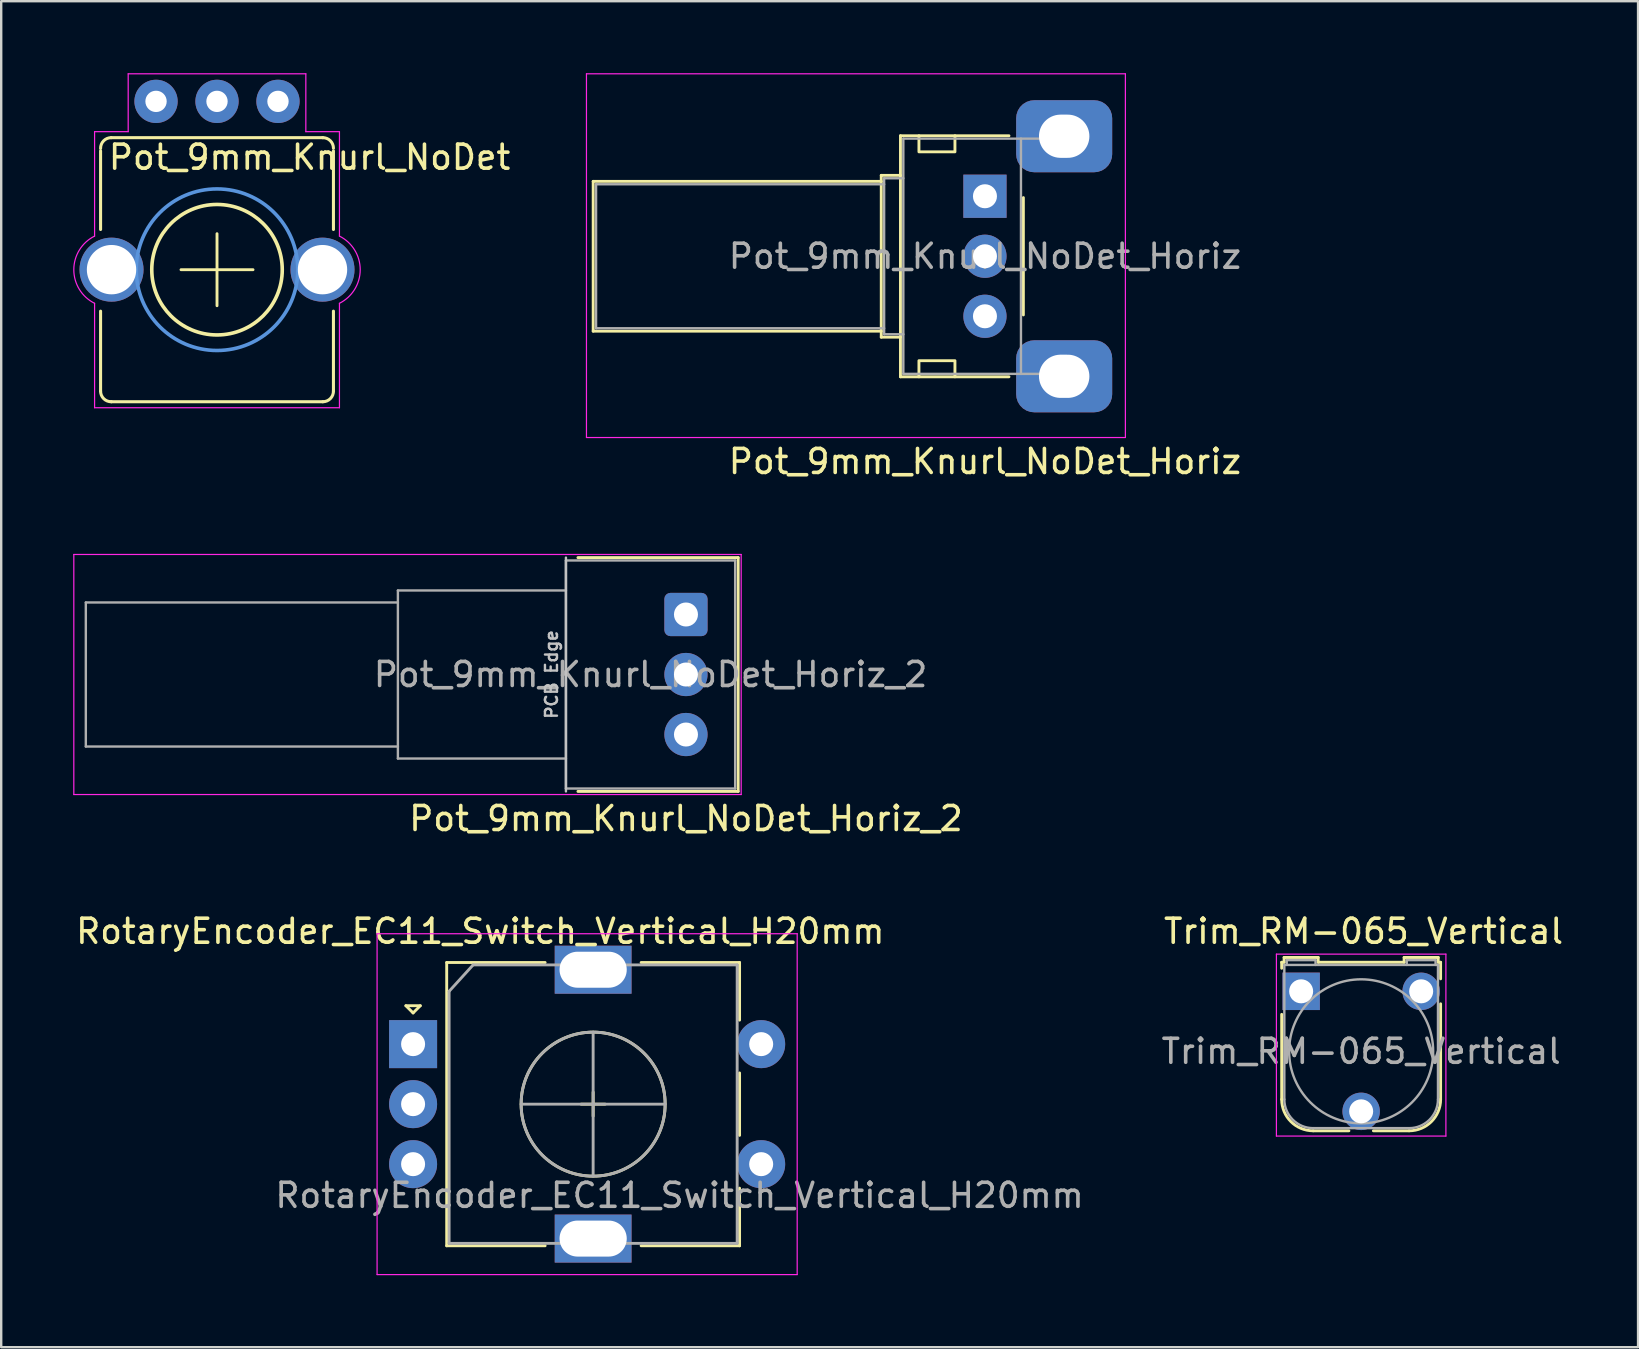
<source format=kicad_pcb>
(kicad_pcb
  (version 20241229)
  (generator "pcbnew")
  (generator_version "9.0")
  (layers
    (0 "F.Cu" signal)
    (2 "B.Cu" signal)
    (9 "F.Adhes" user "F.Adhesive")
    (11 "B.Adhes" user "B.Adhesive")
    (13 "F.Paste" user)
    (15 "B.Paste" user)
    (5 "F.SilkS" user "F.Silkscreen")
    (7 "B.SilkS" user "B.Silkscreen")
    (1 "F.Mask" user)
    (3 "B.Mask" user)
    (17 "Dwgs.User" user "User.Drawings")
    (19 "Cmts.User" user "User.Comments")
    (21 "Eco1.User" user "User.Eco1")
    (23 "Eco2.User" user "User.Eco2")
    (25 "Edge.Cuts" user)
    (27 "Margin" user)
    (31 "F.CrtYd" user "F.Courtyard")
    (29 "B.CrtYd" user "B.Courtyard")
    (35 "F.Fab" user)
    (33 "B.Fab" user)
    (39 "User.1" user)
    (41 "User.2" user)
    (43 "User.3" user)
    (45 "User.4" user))
  (footprint "Pot_9mm_Knurl_NoDet_Horiz"
    (layer "F.Cu")
    (at 37.98 5.125)
    (property "Reference" "Pot_9mm_Knurl_NoDet_Horiz" (at 0 11.05 180) (layer "F.SilkS") (effects (font (size 1 1) (thickness 0.15))))
    (attr through_hole)
    (fp_line (start -16.32 5.62) (end -16.32 -0.62) (stroke (width 0.12) (type solid)) (layer "F.SilkS"))
    (fp_line (start -4.32 -0.62) (end -16.32 -0.62) (stroke (width 0.12) (type solid)) (layer "F.SilkS"))
    (fp_line (start -4.32 5.62) (end -16.32 5.62) (stroke (width 0.12) (type solid)) (layer "F.SilkS"))
    (fp_line (start -4.32 5.87) (end -4.32 -0.87) (stroke (width 0.12) (type solid)) (layer "F.SilkS"))
    (fp_line (start -3.52 -0.87) (end -4.32 -0.87) (stroke (width 0.12) (type solid)) (layer "F.SilkS"))
    (fp_line (start -3.52 5.87) (end -4.32 5.87) (stroke (width 0.12) (type solid)) (layer "F.SilkS"))
    (fp_line (start -3.52 7.521) (end -3.52 -2.52) (stroke (width 0.12) (type solid)) (layer "F.SilkS"))
    (fp_line (start -2.75 -2.52) (end -3.52 -2.52) (stroke (width 0.12) (type solid)) (layer "F.SilkS"))
    (fp_line (start -2.75 7.521) (end -3.52 7.521) (stroke (width 0.12) (type solid)) (layer "F.SilkS"))
    (fp_line (start -1.25 -2.52) (end 1 -2.52) (stroke (width 0.12) (type solid)) (layer "F.SilkS"))
    (fp_line (start 1 7.521) (end -1.25 7.521) (stroke (width 0.12) (type solid)) (layer "F.SilkS"))
    (fp_line (start 1.6 4.944) (end 1.6 0.056) (stroke (width 0.12) (type solid)) (layer "F.SilkS"))
    (fp_rect (start -2.75 -2.52) (end -1.25 -1.85) (stroke (width 0.12) (type solid)) (fill no) (layer "F.SilkS"))
    (fp_rect (start -2.75 6.85) (end -1.25 7.521) (stroke (width 0.12) (type solid)) (fill no) (layer "F.SilkS"))
    (fp_line (start -16.6 -5.1) (end -16.6 10.05) (stroke (width 0.05) (type solid)) (layer "F.CrtYd"))
    (fp_line (start -16.6 10.05) (end 5.85 10.05) (stroke (width 0.05) (type solid)) (layer "F.CrtYd"))
    (fp_line (start 5.85 -5.1) (end -16.6 -5.1) (stroke (width 0.05) (type solid)) (layer "F.CrtYd"))
    (fp_line (start 5.85 10.05) (end 5.85 -5.1) (stroke (width 0.05) (type solid)) (layer "F.CrtYd"))
    (fp_line (start -16.2 -0.5) (end -16.2 5.5) (stroke (width 0.1) (type solid)) (layer "F.Fab"))
    (fp_line (start -16.2 5.5) (end -4.2 5.5) (stroke (width 0.1) (type solid)) (layer "F.Fab"))
    (fp_line (start -4.2 -0.75) (end -4.2 5.75) (stroke (width 0.1) (type solid)) (layer "F.Fab"))
    (fp_line (start -4.2 -0.5) (end -16.2 -0.5) (stroke (width 0.1) (type solid)) (layer "F.Fab"))
    (fp_line (start -4.2 5.75) (end -3.4 5.75) (stroke (width 0.1) (type solid)) (layer "F.Fab"))
    (fp_line (start -3.4 -2.4) (end -3.4 7.4) (stroke (width 0.1) (type solid)) (layer "F.Fab"))
    (fp_line (start -3.4 -0.75) (end -4.2 -0.75) (stroke (width 0.1) (type solid)) (layer "F.Fab"))
    (fp_line (start -3.4 7.4) (end 3.4 7.4) (stroke (width 0.1) (type solid)) (layer "F.Fab"))
    (fp_line (start 1.5 7.4) (end 1.5 -2.4) (stroke (width 0.1) (type solid)) (layer "F.Fab"))
    (fp_line (start 3.4 -2.4) (end -3.4 -2.4) (stroke (width 0.1) (type solid)) (layer "F.Fab"))
    (fp_text user "${REFERENCE}" (at 0 2.5 180) (layer "F.Fab") (effects (font (size 1 1) (thickness 0.15))))
    (pad "1" thru_hole rect (at 0 0 180) (size 1.8 1.8) (drill 1) (layers "*.Cu" "*.Mask"))
    (pad "2" thru_hole circle (at 0 2.5 180) (size 1.8 1.8) (drill 1) (layers "*.Cu" "*.Mask"))
    (pad "3" thru_hole circle (at 0 5 180) (size 1.8 1.8) (drill 1) (layers "*.Cu" "*.Mask"))
    (pad "MP" thru_hole roundrect (at 3.3 -2.5 180) (size 4 3) (drill oval 2.1 1.8) (layers "*.Cu" "*.Mask") (roundrect_rratio 0.25))
    (pad "MP" thru_hole roundrect (at 3.3 7.5 180) (size 4 3) (drill oval 2.1 1.8) (layers "*.Cu" "*.Mask") (roundrect_rratio 0.25))
    (zone (net_name "") (layer "F.Cu") (name "Copper Keep Out") (hatch full 0.508) (connect_pads) (min_thickness 0.254) (filled_areas_thickness no) (keepout (tracks not_allowed) (vias not_allowed) (pads not_allowed) (copperpour not_allowed) (footprints not_allowed)) (placement (enabled no)) (fill) (polygon (pts (xy 35.23 2.625) (xy 36.73 2.625) (xy 36.73 3.275) (xy 35.23 3.275))))
    (zone (net_name "") (layer "F.Cu") (name "Copper Keep Out") (hatch full 0.508) (connect_pads) (min_thickness 0.254) (filled_areas_thickness no) (keepout (tracks not_allowed) (vias not_allowed) (pads not_allowed) (copperpour not_allowed) (footprints not_allowed)) (placement (enabled no)) (fill) (polygon (pts (xy 35.23 11.975) (xy 36.73 11.975) (xy 36.73 12.625) (xy 35.23 12.625)))))
  (footprint "Trim_RM-065_Vertical"
    (layer "F.Cu")
    (at 51.151 38.245)
    (property "Reference" "Trim_RM-065_Vertical" (at 2.6 -2.5 0) (layer "F.SilkS") (effects (font (size 1 1) (thickness 0.15))))
    (attr through_hole)
    (fp_line (start -0.81 -1.21) (end -0.81 -0.96) (stroke (width 0.12) (type solid)) (layer "F.SilkS"))
    (fp_line (start -0.81 4.5) (end -0.81 0.96) (stroke (width 0.12) (type solid)) (layer "F.SilkS"))
    (fp_line (start -0.71 -1.41) (end -0.71 -1.21) (stroke (width 0.12) (type solid)) (layer "F.SilkS"))
    (fp_line (start -0.71 -1.41) (end 0.71 -1.41) (stroke (width 0.12) (type solid)) (layer "F.SilkS"))
    (fp_line (start -0.71 -1.21) (end -0.81 -1.21) (stroke (width 0.12) (type solid)) (layer "F.SilkS"))
    (fp_line (start 0.71 -1.21) (end 0.71 -1.41) (stroke (width 0.12) (type solid)) (layer "F.SilkS"))
    (fp_line (start 0.71 -1.21) (end 4.29 -1.21) (stroke (width 0.12) (type solid)) (layer "F.SilkS"))
    (fp_line (start 1.99 5.81) (end 0.5 5.81) (stroke (width 0.12) (type solid)) (layer "F.SilkS"))
    (fp_line (start 4.29 -1.41) (end 5.71 -1.41) (stroke (width 0.12) (type solid)) (layer "F.SilkS"))
    (fp_line (start 4.29 -1.21) (end 4.29 -1.41) (stroke (width 0.12) (type solid)) (layer "F.SilkS"))
    (fp_line (start 4.5 5.81) (end 3.01 5.81) (stroke (width 0.12) (type solid)) (layer "F.SilkS"))
    (fp_line (start 5.71 -1.41) (end 5.71 -1.21) (stroke (width 0.12) (type solid)) (layer "F.SilkS"))
    (fp_line (start 5.71 -1.21) (end 5.81 -1.21) (stroke (width 0.12) (type solid)) (layer "F.SilkS"))
    (fp_line (start 5.81 -1.21) (end 5.81 -0.52) (stroke (width 0.12) (type solid)) (layer "F.SilkS"))
    (fp_line (start 5.81 0.52) (end 5.81 4.5) (stroke (width 0.12) (type solid)) (layer "F.SilkS"))
    (fp_arc (start 0.5 5.81) (mid -0.42631 5.42631) (end -0.81 4.5) (stroke (width 0.12) (type solid)) (layer "F.SilkS"))
    (fp_arc (start 5.81 4.5) (mid 5.42631 5.42631) (end 4.5 5.81) (stroke (width 0.12) (type solid)) (layer "F.SilkS"))
    (fp_line (start -1.03 -1.55) (end -1.03 6.03) (stroke (width 0.05) (type solid)) (layer "F.CrtYd"))
    (fp_line (start -1.03 -1.55) (end 6.03 -1.55) (stroke (width 0.05) (type solid)) (layer "F.CrtYd"))
    (fp_line (start 6.03 6.03) (end -1.03 6.03) (stroke (width 0.05) (type solid)) (layer "F.CrtYd"))
    (fp_line (start 6.03 6.03) (end 6.03 -1.55) (stroke (width 0.05) (type solid)) (layer "F.CrtYd"))
    (fp_line (start -0.7 4.5) (end -0.7 -1.1) (stroke (width 0.1) (type solid)) (layer "F.Fab"))
    (fp_line (start -0.6 -1.3) (end 0.6 -1.3) (stroke (width 0.1) (type solid)) (layer "F.Fab"))
    (fp_line (start -0.6 -1.1) (end -0.6 -1.3) (stroke (width 0.1) (type solid)) (layer "F.Fab"))
    (fp_line (start 0.5 5.7) (end 4.5 5.7) (stroke (width 0.1) (type solid)) (layer "F.Fab"))
    (fp_line (start 0.6 -1.3) (end 0.6 -1.1) (stroke (width 0.1) (type solid)) (layer "F.Fab"))
    (fp_line (start 4.4 -1.3) (end 4.4 -1.1) (stroke (width 0.1) (type solid)) (layer "F.Fab"))
    (fp_line (start 5.6 -1.3) (end 4.41 -1.3) (stroke (width 0.1) (type solid)) (layer "F.Fab"))
    (fp_line (start 5.6 -1.1) (end 5.6 -1.3) (stroke (width 0.1) (type solid)) (layer "F.Fab"))
    (fp_line (start 5.7 -1.1) (end -0.7 -1.1) (stroke (width 0.1) (type solid)) (layer "F.Fab"))
    (fp_line (start 5.7 4.5) (end 5.7 -1.1) (stroke (width 0.1) (type solid)) (layer "F.Fab"))
    (fp_arc (start 0.5 5.7) (mid -0.348528 5.348528) (end -0.7 4.5) (stroke (width 0.1) (type solid)) (layer "F.Fab"))
    (fp_arc (start 5.7 4.5) (mid 5.348528 5.348528) (end 4.5 5.7) (stroke (width 0.1) (type solid)) (layer "F.Fab"))
    (fp_circle (center 2.5 2.5) (end 5.5 2.5) (stroke (width 0.1) (type solid)) (fill no) (layer "F.Fab"))
    (fp_text user "${REFERENCE}" (at 2.5 2.5 0) (layer "F.Fab") (effects (font (size 1 1) (thickness 0.15))))
    (pad "1" thru_hole rect (at 0 0) (size 1.56 1.56) (drill 1) (layers "*.Cu" "*.Mask"))
    (pad "2" thru_hole circle (at 2.5 5) (size 1.56 1.56) (drill 1) (layers "*.Cu" "*.Mask"))
    (pad "3" thru_hole circle (at 5 0) (size 1.56 1.56) (drill 1) (layers "*.Cu" "*.Mask")))
  (footprint "Pot_9mm_Knurl_NoDet"
    (layer "F.Cu")
    (at 5.99 8.185)
    (property "Reference" "Pot_9mm_Knurl_NoDet" (at -4.6 -4.1 0) (layer "F.SilkS") (effects (font (size 1 1) (thickness 0.15)) (justify left bottom)))
    (attr through_hole)
    (fp_line (start -4.85 -4.95) (end -4.85 -1.676) (stroke (width 0.127) (type solid)) (layer "F.SilkS"))
    (fp_line (start -4.85 1.727) (end -4.85 5.06) (stroke (width 0.127) (type solid)) (layer "F.SilkS"))
    (fp_line (start -4.41 5.5) (end 4.41 5.5) (stroke (width 0.127) (type solid)) (layer "F.SilkS"))
    (fp_line (start -1.5 0) (end 1.5 0) (stroke (width 0.12) (type solid)) (layer "F.SilkS"))
    (fp_line (start 0 1.5) (end 0 -1.5) (stroke (width 0.12) (type solid)) (layer "F.SilkS"))
    (fp_line (start 4.41 -5.5) (end -4.41 -5.5) (stroke (width 0.127) (type solid)) (layer "F.SilkS"))
    (fp_line (start 4.85 -4.95) (end 4.85 -1.676) (stroke (width 0.127) (type solid)) (layer "F.SilkS"))
    (fp_line (start 4.85 1.727) (end 4.85 5.06) (stroke (width 0.127) (type solid)) (layer "F.SilkS"))
    (fp_arc (start -4.849887 -5.050018) (mid -4.724637 -5.367578) (end -4.41 -5.5) (stroke (width 0.127) (type solid)) (layer "F.SilkS"))
    (fp_arc (start -4.400018 5.499887) (mid -4.717578 5.374637) (end -4.85 5.06) (stroke (width 0.127) (type solid)) (layer "F.SilkS"))
    (fp_arc (start 1.651 -2.159) (mid -1.651 2.159) (end 1.651 -2.159) (stroke (width 0.15) (type solid)) (layer "F.SilkS"))
    (fp_arc (start 4.400018 -5.499887) (mid 4.717578 -5.374637) (end 4.85 -5.06) (stroke (width 0.127) (type solid)) (layer "F.SilkS"))
    (fp_arc (start 4.849887 5.050018) (mid 4.724637 5.367578) (end 4.41 5.5) (stroke (width 0.127) (type solid)) (layer "F.SilkS"))
    (fp_circle (center 0 0) (end -3.365 0) (stroke (width 0.15) (type solid)) (fill no) (layer "Cmts.User"))
    (fp_line (start -5.1 -5.75) (end -5.1 -1.4) (stroke (width 0.05) (type solid)) (layer "F.CrtYd"))
    (fp_line (start -5.1 1.4) (end -5.1 5.75) (stroke (width 0.05) (type solid)) (layer "F.CrtYd"))
    (fp_line (start -5.1 5.75) (end 5.1 5.75) (stroke (width 0.05) (type solid)) (layer "F.CrtYd"))
    (fp_line (start -3.7 -8.16) (end -3.7 -5.75) (stroke (width 0.05) (type solid)) (layer "F.CrtYd"))
    (fp_line (start -3.7 -5.75) (end -5.1 -5.75) (stroke (width 0.05) (type solid)) (layer "F.CrtYd"))
    (fp_line (start 3.7 -8.16) (end -3.7 -8.16) (stroke (width 0.05) (type solid)) (layer "F.CrtYd"))
    (fp_line (start 3.7 -5.75) (end 3.7 -8.16) (stroke (width 0.05) (type solid)) (layer "F.CrtYd"))
    (fp_line (start 5.1 -5.75) (end 3.7 -5.75) (stroke (width 0.05) (type solid)) (layer "F.CrtYd"))
    (fp_line (start 5.1 -1.4) (end 5.1 -5.75) (stroke (width 0.05) (type solid)) (layer "F.CrtYd"))
    (fp_line (start 5.1 5.75) (end 5.1 1.4) (stroke (width 0.05) (type solid)) (layer "F.CrtYd"))
    (fp_arc (start -5.099264 1.400368) (mid -5.965248 0.000411) (end -5.1 -1.4) (stroke (width 0.05) (type solid)) (layer "F.CrtYd"))
    (fp_arc (start 5.099264 -1.400368) (mid 5.965248 -0.000411) (end 5.1 1.4) (stroke (width 0.05) (type solid)) (layer "F.CrtYd"))
    (pad "1" thru_hole circle (at 2.54 -7.012 270) (size 1.803 1.803) (drill 0.889) (layers "*.Cu" "*.Mask"))
    (pad "2" thru_hole circle (at -0.000163 -7.012 270) (size 1.803 1.803) (drill 0.889) (layers "*.Cu" "*.Mask"))
    (pad "3" thru_hole circle (at -2.54 -7.012 270) (size 1.803 1.803) (drill 0.889) (layers "*.Cu" "*.Mask"))
    (pad "4" thru_hole circle (at 4.394 -0.002) (size 2.667 2.667) (drill 2.057) (layers "*.Cu" "*.Mask"))
    (pad "5" thru_hole circle (at -4.394 -0.002) (size 2.667 2.667) (drill 2.057) (layers "*.Cu" "*.Mask")))
  (footprint "RotaryEncoder_EC11_Switch_Vertical_H20mm"
    (layer "F.Cu")
    (at 14.158 40.445)
    (property "Reference" "RotaryEncoder_EC11_Switch_Vertical_H20mm" (at 2.8 -4.7 0) (layer "F.SilkS") (effects (font (size 1 1) (thickness 0.15))))
    (attr through_hole)
    (fp_line (start -0.3 -1.6) (end 0.3 -1.6) (stroke (width 0.12) (type solid)) (layer "F.SilkS"))
    (fp_line (start 0 -1.3) (end -0.3 -1.6) (stroke (width 0.12) (type solid)) (layer "F.SilkS"))
    (fp_line (start 0.3 -1.6) (end 0 -1.3) (stroke (width 0.12) (type solid)) (layer "F.SilkS"))
    (fp_line (start 1.4 -3.4) (end 1.4 8.4) (stroke (width 0.12) (type solid)) (layer "F.SilkS"))
    (fp_line (start 5.5 -3.4) (end 1.4 -3.4) (stroke (width 0.12) (type solid)) (layer "F.SilkS"))
    (fp_line (start 5.5 8.4) (end 1.4 8.4) (stroke (width 0.12) (type solid)) (layer "F.SilkS"))
    (fp_line (start 7 2.5) (end 8 2.5) (stroke (width 0.12) (type solid)) (layer "F.SilkS"))
    (fp_line (start 7.5 2) (end 7.5 3) (stroke (width 0.12) (type solid)) (layer "F.SilkS"))
    (fp_line (start 9.5 -3.4) (end 13.6 -3.4) (stroke (width 0.12) (type solid)) (layer "F.SilkS"))
    (fp_line (start 13.6 -3.4) (end 13.6 -1) (stroke (width 0.12) (type solid)) (layer "F.SilkS"))
    (fp_line (start 13.6 1.2) (end 13.6 3.8) (stroke (width 0.12) (type solid)) (layer "F.SilkS"))
    (fp_line (start 13.6 6) (end 13.6 8.4) (stroke (width 0.12) (type solid)) (layer "F.SilkS"))
    (fp_line (start 13.6 8.4) (end 9.5 8.4) (stroke (width 0.12) (type solid)) (layer "F.SilkS"))
    (fp_circle (center 7.5 2.5) (end 10.5 2.5) (stroke (width 0.12) (type solid)) (fill no) (layer "F.SilkS"))
    (fp_line (start -1.5 -4.6) (end -1.5 9.6) (stroke (width 0.05) (type solid)) (layer "F.CrtYd"))
    (fp_line (start -1.5 -4.6) (end 16 -4.6) (stroke (width 0.05) (type solid)) (layer "F.CrtYd"))
    (fp_line (start 16 9.6) (end -1.5 9.6) (stroke (width 0.05) (type solid)) (layer "F.CrtYd"))
    (fp_line (start 16 9.6) (end 16 -4.6) (stroke (width 0.05) (type solid)) (layer "F.CrtYd"))
    (fp_line (start 1.5 -2.2) (end 2.5 -3.3) (stroke (width 0.12) (type solid)) (layer "F.Fab"))
    (fp_line (start 1.5 8.3) (end 1.5 -2.2) (stroke (width 0.12) (type solid)) (layer "F.Fab"))
    (fp_line (start 2.5 -3.3) (end 13.5 -3.3) (stroke (width 0.12) (type solid)) (layer "F.Fab"))
    (fp_line (start 4.5 2.5) (end 10.5 2.5) (stroke (width 0.12) (type solid)) (layer "F.Fab"))
    (fp_line (start 7.5 -0.5) (end 7.5 5.5) (stroke (width 0.12) (type solid)) (layer "F.Fab"))
    (fp_line (start 13.5 -3.3) (end 13.5 8.3) (stroke (width 0.12) (type solid)) (layer "F.Fab"))
    (fp_line (start 13.5 8.3) (end 1.5 8.3) (stroke (width 0.12) (type solid)) (layer "F.Fab"))
    (fp_circle (center 7.5 2.5) (end 10.5 2.5) (stroke (width 0.12) (type solid)) (fill no) (layer "F.Fab"))
    (fp_text user "${REFERENCE}" (at 11.1 6.3 0) (layer "F.Fab") (effects (font (size 1 1) (thickness 0.15))))
    (pad "A" thru_hole rect (at 0 0) (size 2 2) (drill 1) (layers "*.Cu" "*.Mask"))
    (pad "B" thru_hole circle (at 0 5) (size 2 2) (drill 1) (layers "*.Cu" "*.Mask"))
    (pad "C" thru_hole circle (at 0 2.5) (size 2 2) (drill 1) (layers "*.Cu" "*.Mask"))
    (pad "MP" thru_hole rect (at 7.5 -3.1) (size 3.2 2) (drill oval 2.8 1.5) (layers "*.Cu" "*.Mask"))
    (pad "MP" thru_hole rect (at 7.5 8.1) (size 3.2 2) (drill oval 2.8 1.5) (layers "*.Cu" "*.Mask"))
    (pad "S1" thru_hole circle (at 14.5 5) (size 2 2) (drill 1) (layers "*.Cu" "*.Mask"))
    (pad "S2" thru_hole circle (at 14.5 0) (size 2 2) (drill 1) (layers "*.Cu" "*.Mask")))
  (footprint "Pot_9mm_Knurl_NoDet_Horiz_2"
    (layer "F.Cu")
    (at 25.525 22.548)
    (property "Reference" "Pot_9mm_Knurl_NoDet_Horiz_2" (at 0 8.5 180) (layer "F.SilkS") (effects (font (size 1 1) (thickness 0.15))))
    (attr through_hole)
    (fp_line (start 2.175 -2.37) (end -4.5 -2.37) (stroke (width 0.12) (type solid)) (layer "F.SilkS"))
    (fp_line (start 2.175 7.37) (end -4.5 7.37) (stroke (width 0.12) (type solid)) (layer "F.SilkS"))
    (fp_line (start 2.175 7.37) (end 2.175 -2.37) (stroke (width 0.12) (type solid)) (layer "F.SilkS"))
    (fp_line (start -5 -2.37) (end -5 7.37) (stroke (width 0.1) (type solid)) (layer "Dwgs.User"))
    (fp_line (start -25.5 -2.5) (end -25.5 7.5) (stroke (width 0.05) (type solid)) (layer "F.CrtYd"))
    (fp_line (start -25.5 7.5) (end 2.3 7.5) (stroke (width 0.05) (type solid)) (layer "F.CrtYd"))
    (fp_line (start 2.3 -2.5) (end -25.5 -2.5) (stroke (width 0.05) (type solid)) (layer "F.CrtYd"))
    (fp_line (start 2.3 7.5) (end 2.3 -2.5) (stroke (width 0.05) (type solid)) (layer "F.CrtYd"))
    (fp_line (start -25 -0.5) (end -25 5.5) (stroke (width 0.1) (type solid)) (layer "F.Fab"))
    (fp_line (start -25 5.5) (end -12 5.5) (stroke (width 0.1) (type solid)) (layer "F.Fab"))
    (fp_line (start -12 -1) (end -12 6) (stroke (width 0.1) (type solid)) (layer "F.Fab"))
    (fp_line (start -12 -0.5) (end -25 -0.5) (stroke (width 0.1) (type solid)) (layer "F.Fab"))
    (fp_line (start -12 6) (end -5 6) (stroke (width 0.1) (type solid)) (layer "F.Fab"))
    (fp_line (start -5 -2.25) (end -5 7.25) (stroke (width 0.1) (type solid)) (layer "F.Fab"))
    (fp_line (start -5 -1) (end -12 -1) (stroke (width 0.1) (type solid)) (layer "F.Fab"))
    (fp_line (start -5 7.25) (end 2.05 7.25) (stroke (width 0.1) (type solid)) (layer "F.Fab"))
    (fp_line (start 2.05 -2.25) (end -5 -2.25) (stroke (width 0.1) (type solid)) (layer "F.Fab"))
    (fp_line (start 2.05 7.25) (end 2.05 -2.25) (stroke (width 0.1) (type solid)) (layer "F.Fab"))
    (fp_text user "PCB Edge" (at -5.6 2.5 90) (unlocked yes) (layer "Dwgs.User") (effects (font (size 0.5 0.5) (thickness 0.1))))
    (fp_text user "${REFERENCE}" (at -1.475 2.5 180) (layer "F.Fab") (effects (font (size 1 1) (thickness 0.15))))
    (pad "1" thru_hole roundrect (at 0 0 180) (size 1.8 1.8) (drill 1) (layers "*.Cu" "*.Mask") (roundrect_rratio 0.139))
    (pad "2" thru_hole circle (at 0 2.5 180) (size 1.8 1.8) (drill 1) (layers "*.Cu" "*.Mask"))
    (pad "3" thru_hole circle (at 0 5 180) (size 1.8 1.8) (drill 1) (layers "*.Cu" "*.Mask")))
  (gr_rect
    (start -3 -3)
    (end 65.186 53.07)
    (stroke (width 0.1) (type default))
    (fill no)
    (layer "Edge.Cuts")))
</source>
